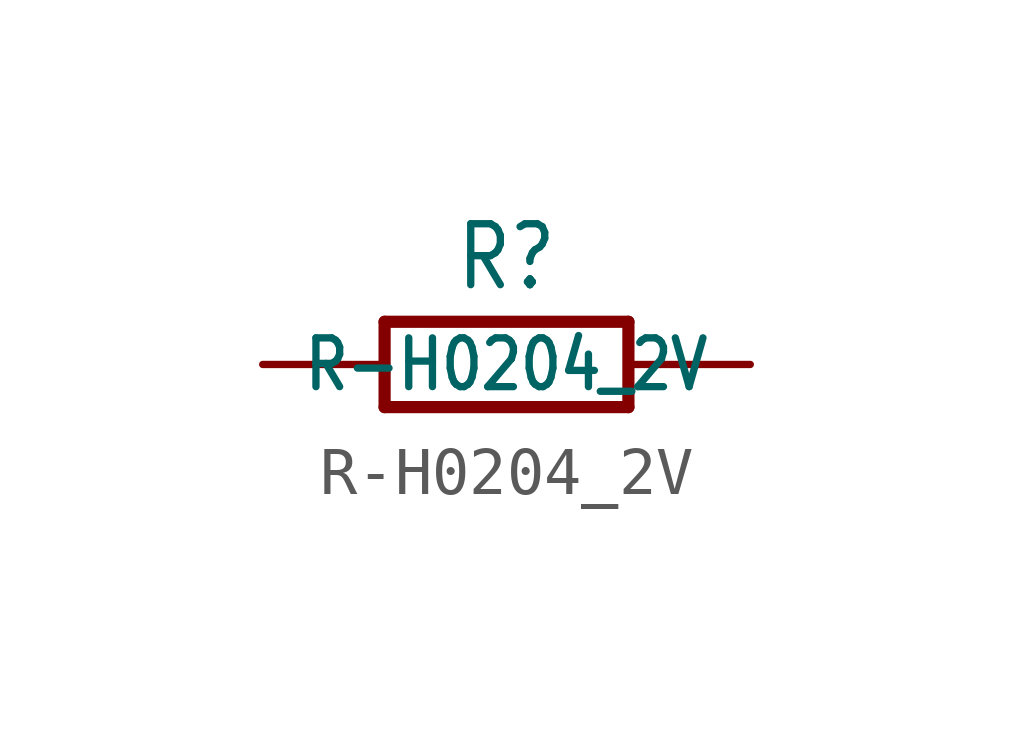
<source format=kicad_sym>
(kicad_symbol_lib
  (version 20201005)
  (generator kicad_symbol_editor)
  (symbol "R-H0204_2V"
    (property "Reference" "R"
      (at 0 1.499 0)
      (effects (font (size 1.27 1.079)) (justify bottom)))
    (property "Value" "R-H0204_2V"
      (at 0 0 0)
      (effects (font (size 1.016 0.864))))
    (property "ki_locked" ""
      (at 0 0 0)
      (effects (font (size 1.27 1.27))))
    (symbol "R-H0204_2V_1_0"
      (polyline (pts (xy -2.54 -0.889) (xy -2.54 0.889)) (stroke (width 0.254)) (fill (type none)))
      (polyline (pts (xy -2.54 -0.889) (xy 2.54 -0.889)) (stroke (width 0.254)) (fill (type none)))
      (polyline (pts (xy 2.54 -0.889) (xy 2.54 0.889)) (stroke (width 0.254)) (fill (type none)))
      (polyline (pts (xy 2.54 0.889) (xy -2.54 0.889)) (stroke (width 0.254)) (fill (type none)))
      (pin passive line (at -5.08 0 0) (length 2.54) (name "1" (effects (font (size 0 0)))) (number "1" (effects (font (size 0 0)))))
      (pin passive line (at 5.08 0 180) (length 2.54) (name "2" (effects (font (size 0 0)))) (number "2" (effects (font (size 0 0))))))))
</source>
